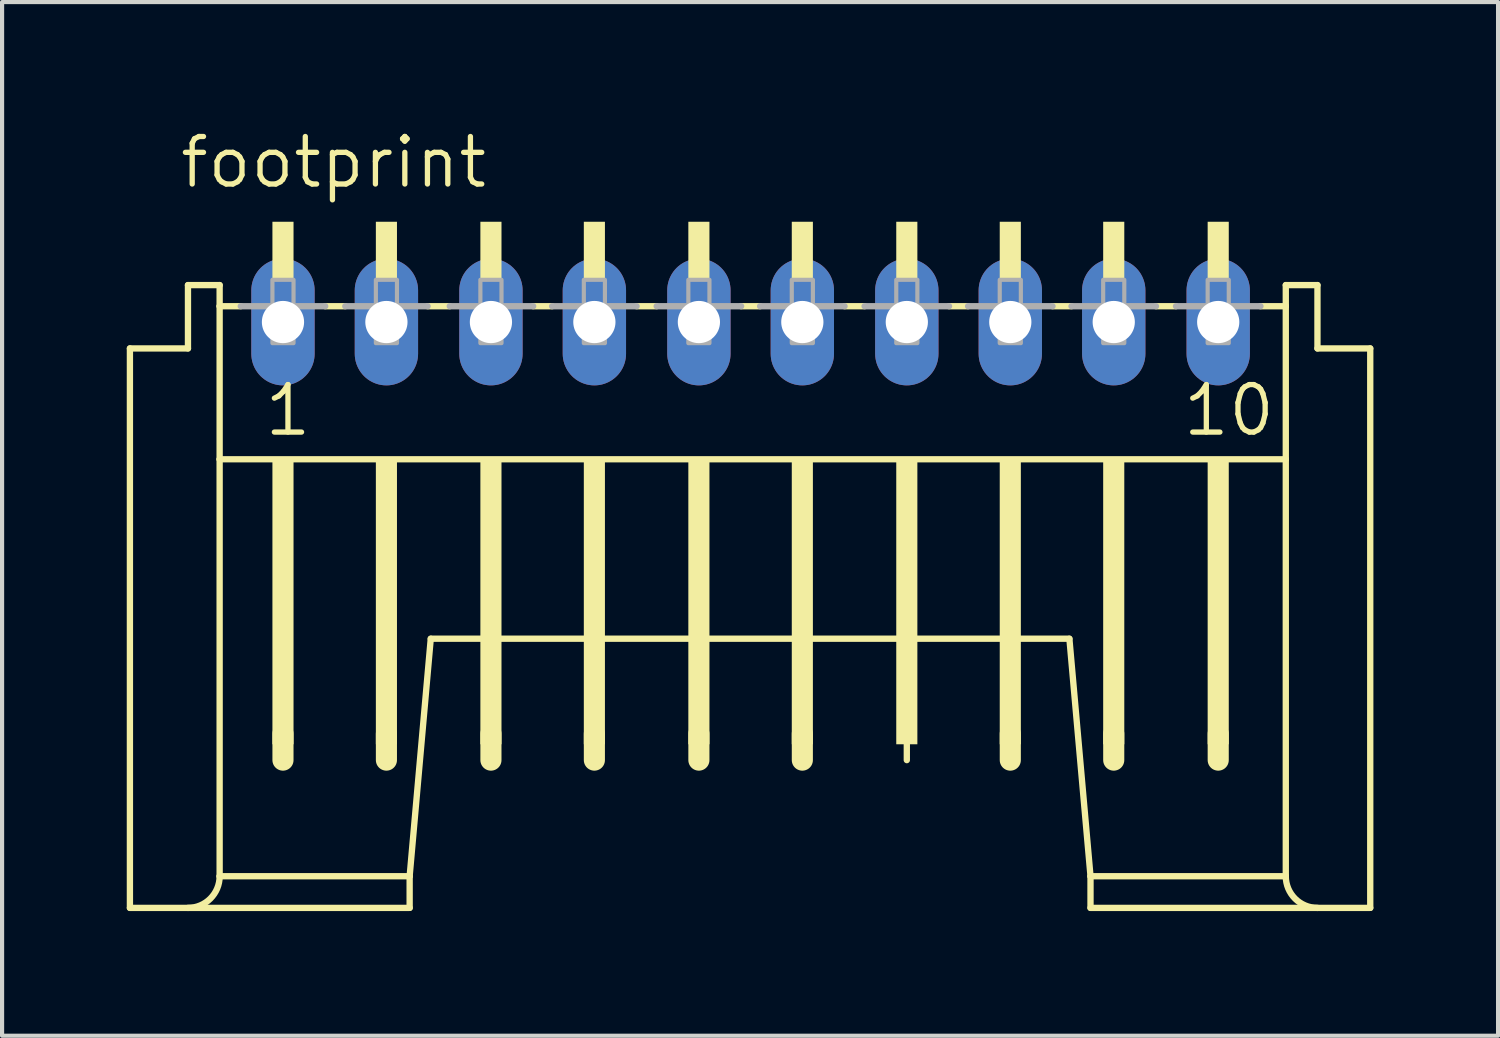
<source format=kicad_pcb>
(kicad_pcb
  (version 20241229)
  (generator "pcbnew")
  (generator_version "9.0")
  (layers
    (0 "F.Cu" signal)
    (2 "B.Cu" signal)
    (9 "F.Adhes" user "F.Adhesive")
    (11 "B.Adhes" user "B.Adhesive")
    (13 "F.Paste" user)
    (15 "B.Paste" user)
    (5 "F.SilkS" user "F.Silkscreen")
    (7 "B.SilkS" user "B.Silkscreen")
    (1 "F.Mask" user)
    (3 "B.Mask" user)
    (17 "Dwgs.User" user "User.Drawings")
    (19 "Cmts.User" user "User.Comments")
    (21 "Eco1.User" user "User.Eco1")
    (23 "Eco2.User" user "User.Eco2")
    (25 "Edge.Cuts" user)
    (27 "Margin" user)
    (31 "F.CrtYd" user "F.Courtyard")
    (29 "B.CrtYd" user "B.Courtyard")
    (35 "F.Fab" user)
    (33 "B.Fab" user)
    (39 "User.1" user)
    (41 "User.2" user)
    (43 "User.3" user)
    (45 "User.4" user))
  (footprint "footprint"
    (layer "F.Cu")
    (at 3.759 6.604)
    (property "Reference" "footprint" (at -2.54 -5.08 0) (layer "F.SilkS") (effects (font (size 1.143 1.143) (thickness 0.127)) (justify left bottom)))
    (fp_line (start -3.683 12.192) (end -3.683 -1.27) (stroke (width 0.152) (type solid)) (layer "F.SilkS"))
    (fp_line (start -3.683 12.192) (end 3.048 12.192) (stroke (width 0.152) (type solid)) (layer "F.SilkS"))
    (fp_line (start -2.286 -1.27) (end -3.683 -1.27) (stroke (width 0.152) (type solid)) (layer "F.SilkS"))
    (fp_line (start -2.286 -1.27) (end -2.286 -2.794) (stroke (width 0.152) (type solid)) (layer "F.SilkS"))
    (fp_line (start -1.524 -2.794) (end -2.286 -2.794) (stroke (width 0.152) (type solid)) (layer "F.SilkS"))
    (fp_line (start -1.524 -2.286) (end -1.524 -2.794) (stroke (width 0.152) (type solid)) (layer "F.SilkS"))
    (fp_line (start -1.524 1.397) (end -1.524 -2.286) (stroke (width 0.152) (type solid)) (layer "F.SilkS"))
    (fp_line (start -1.524 11.43) (end -1.524 1.397) (stroke (width 0.152) (type solid)) (layer "F.SilkS"))
    (fp_line (start -1.524 11.43) (end 3.048 11.43) (stroke (width 0.152) (type solid)) (layer "F.SilkS"))
    (fp_line (start -1.016 -2.286) (end -1.524 -2.286) (stroke (width 0.152) (type solid)) (layer "F.SilkS"))
    (fp_line (start 0 8.001) (end 0 8.636) (stroke (width 0.508) (type solid)) (layer "F.SilkS"))
    (fp_line (start 1.499 -2.286) (end 1.016 -2.286) (stroke (width 0.152) (type solid)) (layer "F.SilkS"))
    (fp_line (start 2.489 8.001) (end 2.489 8.636) (stroke (width 0.508) (type solid)) (layer "F.SilkS"))
    (fp_line (start 3.048 11.43) (end 3.556 5.715) (stroke (width 0.152) (type solid)) (layer "F.SilkS"))
    (fp_line (start 3.048 12.192) (end 3.048 11.43) (stroke (width 0.152) (type solid)) (layer "F.SilkS"))
    (fp_line (start 3.556 5.715) (end 18.923 5.715) (stroke (width 0.152) (type solid)) (layer "F.SilkS"))
    (fp_line (start 4.013 -2.286) (end 3.48 -2.286) (stroke (width 0.152) (type solid)) (layer "F.SilkS"))
    (fp_line (start 5.004 8.001) (end 5.004 8.636) (stroke (width 0.508) (type solid)) (layer "F.SilkS"))
    (fp_line (start 6.477 -2.286) (end 6.02 -2.286) (stroke (width 0.152) (type solid)) (layer "F.SilkS"))
    (fp_line (start 7.493 8.001) (end 7.493 8.636) (stroke (width 0.508) (type solid)) (layer "F.SilkS"))
    (fp_line (start 8.992 -2.286) (end 8.509 -2.286) (stroke (width 0.152) (type solid)) (layer "F.SilkS"))
    (fp_line (start 10.008 8.001) (end 10.008 8.636) (stroke (width 0.508) (type solid)) (layer "F.SilkS"))
    (fp_line (start 11.481 -2.286) (end 11.024 -2.286) (stroke (width 0.152) (type solid)) (layer "F.SilkS"))
    (fp_line (start 12.497 8.001) (end 12.497 8.636) (stroke (width 0.508) (type solid)) (layer "F.SilkS"))
    (fp_line (start 13.995 -2.286) (end 13.513 -2.286) (stroke (width 0.152) (type solid)) (layer "F.SilkS"))
    (fp_line (start 15.011 8.001) (end 15.011 8.636) (stroke (width 0.152) (type solid)) (layer "F.SilkS"))
    (fp_line (start 16.485 -2.286) (end 16.027 -2.286) (stroke (width 0.152) (type solid)) (layer "F.SilkS"))
    (fp_line (start 17.501 8.001) (end 17.501 8.636) (stroke (width 0.508) (type solid)) (layer "F.SilkS"))
    (fp_line (start 18.974 -2.286) (end 18.517 -2.286) (stroke (width 0.152) (type solid)) (layer "F.SilkS"))
    (fp_line (start 19.431 11.43) (end 18.923 5.715) (stroke (width 0.152) (type solid)) (layer "F.SilkS"))
    (fp_line (start 19.431 12.192) (end 19.431 11.43) (stroke (width 0.152) (type solid)) (layer "F.SilkS"))
    (fp_line (start 19.431 12.192) (end 26.162 12.192) (stroke (width 0.152) (type solid)) (layer "F.SilkS"))
    (fp_line (start 19.99 8.001) (end 19.99 8.636) (stroke (width 0.508) (type solid)) (layer "F.SilkS"))
    (fp_line (start 21.488 -2.286) (end 21.006 -2.286) (stroke (width 0.152) (type solid)) (layer "F.SilkS"))
    (fp_line (start 22.504 8.001) (end 22.504 8.636) (stroke (width 0.508) (type solid)) (layer "F.SilkS"))
    (fp_line (start 24.13 -2.794) (end 24.13 -2.286) (stroke (width 0.152) (type solid)) (layer "F.SilkS"))
    (fp_line (start 24.13 -2.286) (end 23.52 -2.286) (stroke (width 0.152) (type solid)) (layer "F.SilkS"))
    (fp_line (start 24.13 -2.286) (end 24.13 1.397) (stroke (width 0.152) (type solid)) (layer "F.SilkS"))
    (fp_line (start 24.13 1.397) (end -1.524 1.397) (stroke (width 0.152) (type solid)) (layer "F.SilkS"))
    (fp_line (start 24.13 1.397) (end 24.13 11.43) (stroke (width 0.152) (type solid)) (layer "F.SilkS"))
    (fp_line (start 24.13 11.43) (end 19.431 11.43) (stroke (width 0.152) (type solid)) (layer "F.SilkS"))
    (fp_line (start 24.892 -2.794) (end 24.13 -2.794) (stroke (width 0.152) (type solid)) (layer "F.SilkS"))
    (fp_line (start 24.892 -2.794) (end 24.892 -1.27) (stroke (width 0.152) (type solid)) (layer "F.SilkS"))
    (fp_line (start 26.162 -1.27) (end 24.892 -1.27) (stroke (width 0.152) (type solid)) (layer "F.SilkS"))
    (fp_line (start 26.162 -1.27) (end 26.162 12.192) (stroke (width 0.152) (type solid)) (layer "F.SilkS"))
    (fp_arc (start -1.524 11.43) (mid -1.747185 11.968815) (end -2.286 12.192) (stroke (width 0.1524) (type solid)) (layer "F.SilkS"))
    (fp_arc (start 24.892 12.192) (mid 24.353185 11.968815) (end 24.13 11.43) (stroke (width 0.1524) (type solid)) (layer "F.SilkS"))
    (fp_poly (pts (xy -0.254 -2.921) (xy 0.254 -2.921) (xy 0.254 -4.318) (xy -0.254 -4.318)) (stroke (width 0) (type solid)) (fill yes) (layer "F.SilkS"))
    (fp_poly (pts (xy -0.254 8.255) (xy 0.254 8.255) (xy 0.254 1.397) (xy -0.254 1.397)) (stroke (width 0) (type solid)) (fill yes) (layer "F.SilkS"))
    (fp_poly (pts (xy 2.235 -2.921) (xy 2.743 -2.921) (xy 2.743 -4.318) (xy 2.235 -4.318)) (stroke (width 0) (type solid)) (fill yes) (layer "F.SilkS"))
    (fp_poly (pts (xy 2.235 8.255) (xy 2.743 8.255) (xy 2.743 1.397) (xy 2.235 1.397)) (stroke (width 0) (type solid)) (fill yes) (layer "F.SilkS"))
    (fp_poly (pts (xy 4.75 -2.921) (xy 5.258 -2.921) (xy 5.258 -4.318) (xy 4.75 -4.318)) (stroke (width 0) (type solid)) (fill yes) (layer "F.SilkS"))
    (fp_poly (pts (xy 4.75 8.255) (xy 5.258 8.255) (xy 5.258 1.397) (xy 4.75 1.397)) (stroke (width 0) (type solid)) (fill yes) (layer "F.SilkS"))
    (fp_poly (pts (xy 7.239 -2.921) (xy 7.747 -2.921) (xy 7.747 -4.318) (xy 7.239 -4.318)) (stroke (width 0) (type solid)) (fill yes) (layer "F.SilkS"))
    (fp_poly (pts (xy 7.239 8.255) (xy 7.747 8.255) (xy 7.747 1.397) (xy 7.239 1.397)) (stroke (width 0) (type solid)) (fill yes) (layer "F.SilkS"))
    (fp_poly (pts (xy 9.754 -2.921) (xy 10.262 -2.921) (xy 10.262 -4.318) (xy 9.754 -4.318)) (stroke (width 0) (type solid)) (fill yes) (layer "F.SilkS"))
    (fp_poly (pts (xy 9.754 8.255) (xy 10.262 8.255) (xy 10.262 1.397) (xy 9.754 1.397)) (stroke (width 0) (type solid)) (fill yes) (layer "F.SilkS"))
    (fp_poly (pts (xy 12.243 -2.921) (xy 12.751 -2.921) (xy 12.751 -4.318) (xy 12.243 -4.318)) (stroke (width 0) (type solid)) (fill yes) (layer "F.SilkS"))
    (fp_poly (pts (xy 12.243 8.255) (xy 12.751 8.255) (xy 12.751 1.397) (xy 12.243 1.397)) (stroke (width 0) (type solid)) (fill yes) (layer "F.SilkS"))
    (fp_poly (pts (xy 14.757 -2.921) (xy 15.265 -2.921) (xy 15.265 -4.318) (xy 14.757 -4.318)) (stroke (width 0) (type solid)) (fill yes) (layer "F.SilkS"))
    (fp_poly (pts (xy 14.757 8.255) (xy 15.265 8.255) (xy 15.265 1.397) (xy 14.757 1.397)) (stroke (width 0) (type solid)) (fill yes) (layer "F.SilkS"))
    (fp_poly (pts (xy 17.247 -2.921) (xy 17.755 -2.921) (xy 17.755 -4.318) (xy 17.247 -4.318)) (stroke (width 0) (type solid)) (fill yes) (layer "F.SilkS"))
    (fp_poly (pts (xy 17.247 8.255) (xy 17.755 8.255) (xy 17.755 1.397) (xy 17.247 1.397)) (stroke (width 0) (type solid)) (fill yes) (layer "F.SilkS"))
    (fp_poly (pts (xy 19.736 -2.921) (xy 20.244 -2.921) (xy 20.244 -4.318) (xy 19.736 -4.318)) (stroke (width 0) (type solid)) (fill yes) (layer "F.SilkS"))
    (fp_poly (pts (xy 19.736 8.255) (xy 20.244 8.255) (xy 20.244 1.397) (xy 19.736 1.397)) (stroke (width 0) (type solid)) (fill yes) (layer "F.SilkS"))
    (fp_poly (pts (xy 22.25 -2.921) (xy 22.758 -2.921) (xy 22.758 -4.318) (xy 22.25 -4.318)) (stroke (width 0) (type solid)) (fill yes) (layer "F.SilkS"))
    (fp_poly (pts (xy 22.25 8.255) (xy 22.758 8.255) (xy 22.758 1.397) (xy 22.25 1.397)) (stroke (width 0) (type solid)) (fill yes) (layer "F.SilkS"))
    (fp_line (start -1.016 -2.286) (end 1.016 -2.286) (stroke (width 0.152) (type solid)) (layer "F.Fab"))
    (fp_line (start 1.499 -2.286) (end 3.48 -2.286) (stroke (width 0.152) (type solid)) (layer "F.Fab"))
    (fp_line (start 4.013 -2.286) (end 6.02 -2.286) (stroke (width 0.152) (type solid)) (layer "F.Fab"))
    (fp_line (start 6.477 -2.286) (end 8.509 -2.286) (stroke (width 0.152) (type solid)) (layer "F.Fab"))
    (fp_line (start 8.992 -2.286) (end 11.024 -2.286) (stroke (width 0.152) (type solid)) (layer "F.Fab"))
    (fp_line (start 11.481 -2.286) (end 13.513 -2.286) (stroke (width 0.152) (type solid)) (layer "F.Fab"))
    (fp_line (start 13.995 -2.286) (end 16.027 -2.286) (stroke (width 0.152) (type solid)) (layer "F.Fab"))
    (fp_line (start 16.485 -2.286) (end 18.517 -2.286) (stroke (width 0.152) (type solid)) (layer "F.Fab"))
    (fp_line (start 18.974 -2.286) (end 21.006 -2.286) (stroke (width 0.152) (type solid)) (layer "F.Fab"))
    (fp_line (start 21.488 -2.286) (end 23.52 -2.286) (stroke (width 0.152) (type solid)) (layer "F.Fab"))
    (fp_poly (pts (xy -0.254 -1.397) (xy 0.254 -1.397) (xy 0.254 -2.921) (xy -0.254 -2.921)) (stroke (width 0.1) (type solid)) (fill no) (layer "F.Fab"))
    (fp_poly (pts (xy 2.235 -1.397) (xy 2.743 -1.397) (xy 2.743 -2.921) (xy 2.235 -2.921)) (stroke (width 0.1) (type solid)) (fill no) (layer "F.Fab"))
    (fp_poly (pts (xy 4.75 -1.397) (xy 5.258 -1.397) (xy 5.258 -2.921) (xy 4.75 -2.921)) (stroke (width 0.1) (type solid)) (fill no) (layer "F.Fab"))
    (fp_poly (pts (xy 7.239 -1.397) (xy 7.747 -1.397) (xy 7.747 -2.921) (xy 7.239 -2.921)) (stroke (width 0.1) (type solid)) (fill no) (layer "F.Fab"))
    (fp_poly (pts (xy 9.754 -1.397) (xy 10.262 -1.397) (xy 10.262 -2.921) (xy 9.754 -2.921)) (stroke (width 0.1) (type solid)) (fill no) (layer "F.Fab"))
    (fp_poly (pts (xy 12.243 -1.397) (xy 12.751 -1.397) (xy 12.751 -2.921) (xy 12.243 -2.921)) (stroke (width 0.1) (type solid)) (fill no) (layer "F.Fab"))
    (fp_poly (pts (xy 14.757 -1.397) (xy 15.265 -1.397) (xy 15.265 -2.921) (xy 14.757 -2.921)) (stroke (width 0.1) (type solid)) (fill no) (layer "F.Fab"))
    (fp_poly (pts (xy 17.247 -1.397) (xy 17.755 -1.397) (xy 17.755 -2.921) (xy 17.247 -2.921)) (stroke (width 0.1) (type solid)) (fill no) (layer "F.Fab"))
    (fp_poly (pts (xy 19.736 -1.397) (xy 20.244 -1.397) (xy 20.244 -2.921) (xy 19.736 -2.921)) (stroke (width 0.1) (type solid)) (fill no) (layer "F.Fab"))
    (fp_poly (pts (xy 22.25 -1.397) (xy 22.758 -1.397) (xy 22.758 -2.921) (xy 22.25 -2.921)) (stroke (width 0.1) (type solid)) (fill no) (layer "F.Fab"))
    (fp_text user "10" (at 21.59 0.889 0) (layer "F.SilkS") (effects (font (size 1.143 1.143) (thickness 0.127)) (justify left bottom)))
    (fp_text user "1" (at -0.508 0.889 0) (layer "F.SilkS") (effects (font (size 1.143 1.143) (thickness 0.127)) (justify left bottom)))
    (pad "1" thru_hole oval (at 0 -1.905 90) (size 3.048 1.524) (drill 1.016) (layers "*.Cu" "*.Mask"))
    (pad "2" thru_hole oval (at 2.489 -1.905 90) (size 3.048 1.524) (drill 1.016) (layers "*.Cu" "*.Mask"))
    (pad "3" thru_hole oval (at 5.004 -1.905 90) (size 3.048 1.524) (drill 1.016) (layers "*.Cu" "*.Mask"))
    (pad "4" thru_hole oval (at 7.493 -1.905 90) (size 3.048 1.524) (drill 1.016) (layers "*.Cu" "*.Mask"))
    (pad "5" thru_hole oval (at 10.008 -1.905 90) (size 3.048 1.524) (drill 1.016) (layers "*.Cu" "*.Mask"))
    (pad "6" thru_hole oval (at 12.497 -1.905 90) (size 3.048 1.524) (drill 1.016) (layers "*.Cu" "*.Mask"))
    (pad "7" thru_hole oval (at 15.011 -1.905 90) (size 3.048 1.524) (drill 1.016) (layers "*.Cu" "*.Mask"))
    (pad "8" thru_hole oval (at 17.501 -1.905 90) (size 3.048 1.524) (drill 1.016) (layers "*.Cu" "*.Mask"))
    (pad "9" thru_hole oval (at 19.99 -1.905 90) (size 3.048 1.524) (drill 1.016) (layers "*.Cu" "*.Mask"))
    (pad "10" thru_hole oval (at 22.504 -1.905 90) (size 3.048 1.524) (drill 1.016) (layers "*.Cu" "*.Mask")))
  (gr_rect
    (start -3 -3)
    (end 32.997 21.872)
    (stroke (width 0.1) (type default))
    (fill no)
    (layer "Edge.Cuts")))
</source>
